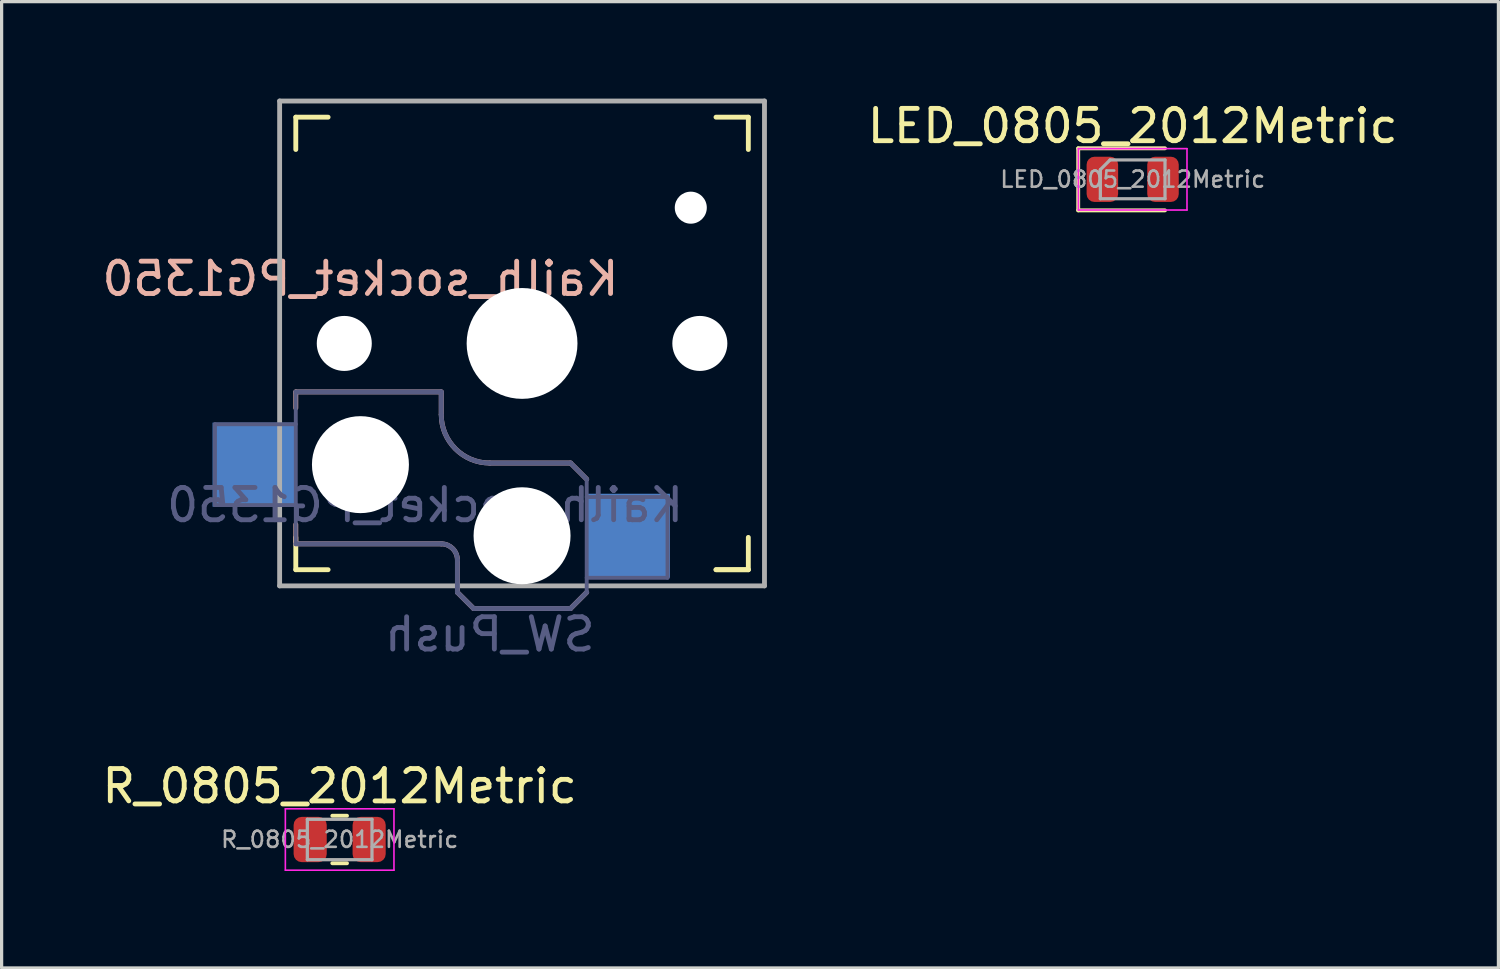
<source format=kicad_pcb>
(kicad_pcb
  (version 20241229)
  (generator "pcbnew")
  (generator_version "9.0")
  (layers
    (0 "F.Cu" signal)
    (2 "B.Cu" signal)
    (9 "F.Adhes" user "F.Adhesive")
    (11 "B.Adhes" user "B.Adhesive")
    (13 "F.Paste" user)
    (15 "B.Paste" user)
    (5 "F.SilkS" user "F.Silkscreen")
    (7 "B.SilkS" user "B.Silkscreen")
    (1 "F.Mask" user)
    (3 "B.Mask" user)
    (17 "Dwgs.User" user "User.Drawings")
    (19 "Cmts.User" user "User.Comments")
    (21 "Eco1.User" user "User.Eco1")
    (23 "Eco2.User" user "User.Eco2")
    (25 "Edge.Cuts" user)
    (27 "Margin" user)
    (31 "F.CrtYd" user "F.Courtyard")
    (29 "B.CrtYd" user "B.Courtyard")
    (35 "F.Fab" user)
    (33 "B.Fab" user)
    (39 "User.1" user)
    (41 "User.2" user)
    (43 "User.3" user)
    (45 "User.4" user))
  (footprint "LED_0805_2012Metric"
    (layer "F.Cu")
    (at 31.992 2.498)
    (property "Reference" "LED_0805_2012Metric" (at 0 -1.65 0) (layer "F.SilkS") (effects (font (size 1 1) (thickness 0.15))))
    (attr smd)
    (fp_line (start -1.685 -0.96) (end -1.685 0.96) (stroke (width 0.12) (type solid)) (layer "F.SilkS"))
    (fp_line (start -1.685 0.96) (end 1 0.96) (stroke (width 0.12) (type solid)) (layer "F.SilkS"))
    (fp_line (start 1 -0.96) (end -1.685 -0.96) (stroke (width 0.12) (type solid)) (layer "F.SilkS"))
    (fp_line (start -1.68 -0.95) (end 1.68 -0.95) (stroke (width 0.05) (type solid)) (layer "F.CrtYd"))
    (fp_line (start -1.68 0.95) (end -1.68 -0.95) (stroke (width 0.05) (type solid)) (layer "F.CrtYd"))
    (fp_line (start 1.68 -0.95) (end 1.68 0.95) (stroke (width 0.05) (type solid)) (layer "F.CrtYd"))
    (fp_line (start 1.68 0.95) (end -1.68 0.95) (stroke (width 0.05) (type solid)) (layer "F.CrtYd"))
    (fp_line (start -1 -0.3) (end -1 0.6) (stroke (width 0.1) (type solid)) (layer "F.Fab"))
    (fp_line (start -1 0.6) (end 1 0.6) (stroke (width 0.1) (type solid)) (layer "F.Fab"))
    (fp_line (start -0.7 -0.6) (end -1 -0.3) (stroke (width 0.1) (type solid)) (layer "F.Fab"))
    (fp_line (start 1 -0.6) (end -0.7 -0.6) (stroke (width 0.1) (type solid)) (layer "F.Fab"))
    (fp_line (start 1 0.6) (end 1 -0.6) (stroke (width 0.1) (type solid)) (layer "F.Fab"))
    (fp_text user "${REFERENCE}" (at 0 0 0) (layer "F.Fab") (effects (font (size 0.5 0.5) (thickness 0.08))))
    (pad "1" smd roundrect (at -0.938 0) (size 0.975 1.4) (layers "F.Cu" "F.Mask" "F.Paste") (roundrect_rratio 0.25))
    (pad "2" smd roundrect (at 0.938 0) (size 0.975 1.4) (layers "F.Cu" "F.Mask" "F.Paste") (roundrect_rratio 0.25)))
  (footprint "R_0805_2012Metric"
    (layer "F.Cu")
    (at 7.458 22.922)
    (property "Reference" "R_0805_2012Metric" (at 0 -1.65 0) (layer "F.SilkS") (effects (font (size 1 1) (thickness 0.15))))
    (attr smd)
    (fp_line (start -0.227 -0.735) (end 0.227 -0.735) (stroke (width 0.12) (type solid)) (layer "F.SilkS"))
    (fp_line (start -0.227 0.735) (end 0.227 0.735) (stroke (width 0.12) (type solid)) (layer "F.SilkS"))
    (fp_line (start -1.68 -0.95) (end 1.68 -0.95) (stroke (width 0.05) (type solid)) (layer "F.CrtYd"))
    (fp_line (start -1.68 0.95) (end -1.68 -0.95) (stroke (width 0.05) (type solid)) (layer "F.CrtYd"))
    (fp_line (start 1.68 -0.95) (end 1.68 0.95) (stroke (width 0.05) (type solid)) (layer "F.CrtYd"))
    (fp_line (start 1.68 0.95) (end -1.68 0.95) (stroke (width 0.05) (type solid)) (layer "F.CrtYd"))
    (fp_line (start -1 -0.625) (end 1 -0.625) (stroke (width 0.1) (type solid)) (layer "F.Fab"))
    (fp_line (start -1 0.625) (end -1 -0.625) (stroke (width 0.1) (type solid)) (layer "F.Fab"))
    (fp_line (start 1 -0.625) (end 1 0.625) (stroke (width 0.1) (type solid)) (layer "F.Fab"))
    (fp_line (start 1 0.625) (end -1 0.625) (stroke (width 0.1) (type solid)) (layer "F.Fab"))
    (fp_text user "${REFERENCE}" (at 0 0 0) (layer "F.Fab") (effects (font (size 0.5 0.5) (thickness 0.08))))
    (pad "1" smd roundrect (at -0.912 0) (size 1.025 1.4) (layers "F.Cu" "F.Mask" "F.Paste") (roundrect_rratio 0.244))
    (pad "2" smd roundrect (at 0.912 0) (size 1.025 1.4) (layers "F.Cu" "F.Mask" "F.Paste") (roundrect_rratio 0.244)))
  (footprint "Kailh_socket_PG1350"
    (layer "F.Cu")
    (at 13.101 7.575)
    (property "Reference" "Kailh_socket_PG1350" (at -5 -2 0) (layer "B.SilkS") (effects (font (size 1 1) (thickness 0.15)) (justify mirror)))
    (property "Value" "SW_Push" (at 0 8.255 0) (layer "F.Fab") (hide yes) (effects (font (size 1 1) (thickness 0.15))))
    (attr smd)
    (fp_line (start -7 -6) (end -7 -7) (stroke (width 0.15) (type solid)) (layer "F.SilkS"))
    (fp_line (start -7 7) (end -7 6) (stroke (width 0.15) (type solid)) (layer "F.SilkS"))
    (fp_line (start -7 7) (end -6 7) (stroke (width 0.15) (type solid)) (layer "F.SilkS"))
    (fp_line (start -6 -7) (end -7 -7) (stroke (width 0.15) (type solid)) (layer "F.SilkS"))
    (fp_line (start 6 7) (end 7 7) (stroke (width 0.15) (type solid)) (layer "F.SilkS"))
    (fp_line (start 7 -7) (end 6 -7) (stroke (width 0.15) (type solid)) (layer "F.SilkS"))
    (fp_line (start 7 -7) (end 7 -6) (stroke (width 0.15) (type solid)) (layer "F.SilkS"))
    (fp_line (start 7 6) (end 7 7) (stroke (width 0.15) (type solid)) (layer "F.SilkS"))
    (fp_line (start 7 7) (end 6 7) (stroke (width 0.15) (type solid)) (layer "F.SilkS"))
    (fp_line (start -7 1.5) (end -7 2) (stroke (width 0.15) (type solid)) (layer "B.SilkS"))
    (fp_line (start -7 5.6) (end -7 6.2) (stroke (width 0.15) (type solid)) (layer "B.SilkS"))
    (fp_line (start -7 6.2) (end -2.5 6.2) (stroke (width 0.15) (type solid)) (layer "B.SilkS"))
    (fp_line (start -2.5 1.5) (end -7 1.5) (stroke (width 0.15) (type solid)) (layer "B.SilkS"))
    (fp_line (start -2.5 2.2) (end -2.5 1.5) (stroke (width 0.15) (type solid)) (layer "B.SilkS"))
    (fp_line (start -2 6.7) (end -2 7.7) (stroke (width 0.15) (type solid)) (layer "B.SilkS"))
    (fp_line (start -1.5 8.2) (end -2 7.7) (stroke (width 0.15) (type solid)) (layer "B.SilkS"))
    (fp_line (start 1.5 3.7) (end -1 3.7) (stroke (width 0.15) (type solid)) (layer "B.SilkS"))
    (fp_line (start 1.5 8.2) (end -1.5 8.2) (stroke (width 0.15) (type solid)) (layer "B.SilkS"))
    (fp_line (start 2 4.2) (end 1.5 3.7) (stroke (width 0.15) (type solid)) (layer "B.SilkS"))
    (fp_line (start 2 7.7) (end 1.5 8.2) (stroke (width 0.15) (type solid)) (layer "B.SilkS"))
    (fp_arc (start -2.5 6.2) (mid -2.146447 6.346447) (end -2 6.7) (stroke (width 0.15) (type solid)) (layer "B.SilkS"))
    (fp_arc (start -1 3.7) (mid -2.06066 3.26066) (end -2.5 2.2) (stroke (width 0.15) (type solid)) (layer "B.SilkS"))
    (fp_line (start -6.9 6.9) (end -6.9 -6.9) (stroke (width 0.15) (type solid)) (layer "Eco2.User"))
    (fp_line (start -6.9 6.9) (end 6.9 6.9) (stroke (width 0.15) (type solid)) (layer "Eco2.User"))
    (fp_line (start -2.6 -3.1) (end -2.6 -6.3) (stroke (width 0.15) (type solid)) (layer "Eco2.User"))
    (fp_line (start -2.6 -3.1) (end 2.6 -3.1) (stroke (width 0.15) (type solid)) (layer "Eco2.User"))
    (fp_line (start 2.6 -6.3) (end -2.6 -6.3) (stroke (width 0.15) (type solid)) (layer "Eco2.User"))
    (fp_line (start 2.6 -3.1) (end 2.6 -6.3) (stroke (width 0.15) (type solid)) (layer "Eco2.User"))
    (fp_line (start 6.9 -6.9) (end -6.9 -6.9) (stroke (width 0.15) (type solid)) (layer "Eco2.User"))
    (fp_line (start 6.9 -6.9) (end 6.9 6.9) (stroke (width 0.15) (type solid)) (layer "Eco2.User"))
    (fp_line (start -9.5 2.5) (end -7 2.5) (stroke (width 0.12) (type solid)) (layer "B.Fab"))
    (fp_line (start -9.5 5) (end -9.5 2.5) (stroke (width 0.12) (type solid)) (layer "B.Fab"))
    (fp_line (start -7 1.5) (end -7 6.2) (stroke (width 0.12) (type solid)) (layer "B.Fab"))
    (fp_line (start -7 5) (end -9.5 5) (stroke (width 0.12) (type solid)) (layer "B.Fab"))
    (fp_line (start -7 6.2) (end -2.5 6.2) (stroke (width 0.15) (type solid)) (layer "B.Fab"))
    (fp_line (start -2.5 1.5) (end -7 1.5) (stroke (width 0.15) (type solid)) (layer "B.Fab"))
    (fp_line (start -2.5 2.2) (end -2.5 1.5) (stroke (width 0.15) (type solid)) (layer "B.Fab"))
    (fp_line (start -2 6.7) (end -2 7.7) (stroke (width 0.15) (type solid)) (layer "B.Fab"))
    (fp_line (start -1.5 8.2) (end -2 7.7) (stroke (width 0.15) (type solid)) (layer "B.Fab"))
    (fp_line (start 1.5 3.7) (end -1 3.7) (stroke (width 0.15) (type solid)) (layer "B.Fab"))
    (fp_line (start 1.5 8.2) (end -1.5 8.2) (stroke (width 0.15) (type solid)) (layer "B.Fab"))
    (fp_line (start 2 4.2) (end 1.5 3.7) (stroke (width 0.15) (type solid)) (layer "B.Fab"))
    (fp_line (start 2 4.25) (end 2 7.7) (stroke (width 0.12) (type solid)) (layer "B.Fab"))
    (fp_line (start 2 4.75) (end 4.5 4.75) (stroke (width 0.12) (type solid)) (layer "B.Fab"))
    (fp_line (start 2 7.7) (end 1.5 8.2) (stroke (width 0.15) (type solid)) (layer "B.Fab"))
    (fp_line (start 4.5 4.75) (end 4.5 7.25) (stroke (width 0.12) (type solid)) (layer "B.Fab"))
    (fp_line (start 4.5 7.25) (end 2 7.25) (stroke (width 0.12) (type solid)) (layer "B.Fab"))
    (fp_arc (start -2.5 6.2) (mid -2.146447 6.346447) (end -2 6.7) (stroke (width 0.15) (type solid)) (layer "B.Fab"))
    (fp_arc (start -1 3.7) (mid -2.06066 3.26066) (end -2.5 2.2) (stroke (width 0.15) (type solid)) (layer "B.Fab"))
    (fp_line (start -7.5 -7.5) (end 7.5 -7.5) (stroke (width 0.15) (type solid)) (layer "F.Fab"))
    (fp_line (start -7.5 7.5) (end -7.5 -7.5) (stroke (width 0.15) (type solid)) (layer "F.Fab"))
    (fp_line (start 7.5 -7.5) (end 7.5 7.5) (stroke (width 0.15) (type solid)) (layer "F.Fab"))
    (fp_line (start 7.5 7.5) (end -7.5 7.5) (stroke (width 0.15) (type solid)) (layer "F.Fab"))
    (fp_text user "${REFERENCE}" (at -3 5 0) (layer "B.Fab") (effects (font (size 1 1) (thickness 0.15)) (justify mirror)))
    (fp_text user "${VALUE}" (at -1 9 0) (layer "B.Fab") (effects (font (size 1 1) (thickness 0.15)) (justify mirror)))
    (pad "" np_thru_hole circle (at -5.5 0) (size 1.702 1.702) (drill 1.702) (layers "*.Cu" "*.Mask"))
    (pad "" np_thru_hole circle (at -5 3.75) (size 3 3) (drill 3) (layers "*.Cu" "*.Mask"))
    (pad "" np_thru_hole circle (at 0 0) (size 3.429 3.429) (drill 3.429) (layers "*.Cu" "*.Mask"))
    (pad "" np_thru_hole circle (at 0 5.95) (size 3 3) (drill 3) (layers "*.Cu" "*.Mask"))
    (pad "" np_thru_hole circle (at 5.22 -4.2) (size 0.991 0.991) (drill 0.991) (layers "*.Cu" "*.Mask"))
    (pad "" np_thru_hole circle (at 5.5 0) (size 1.702 1.702) (drill 1.702) (layers "*.Cu" "*.Mask"))
    (pad "1" smd rect (at 3.275 5.95) (size 2.6 2.6) (layers "B.Cu" "B.Mask" "B.Paste"))
    (pad "2" smd rect (at -8.275 3.75) (size 2.6 2.6) (layers "B.Cu" "B.Mask" "B.Paste")))
  (gr_rect
    (start -3 -3)
    (end 43.307 26.896)
    (stroke (width 0.1) (type default))
    (fill no)
    (layer "Edge.Cuts")))
</source>
